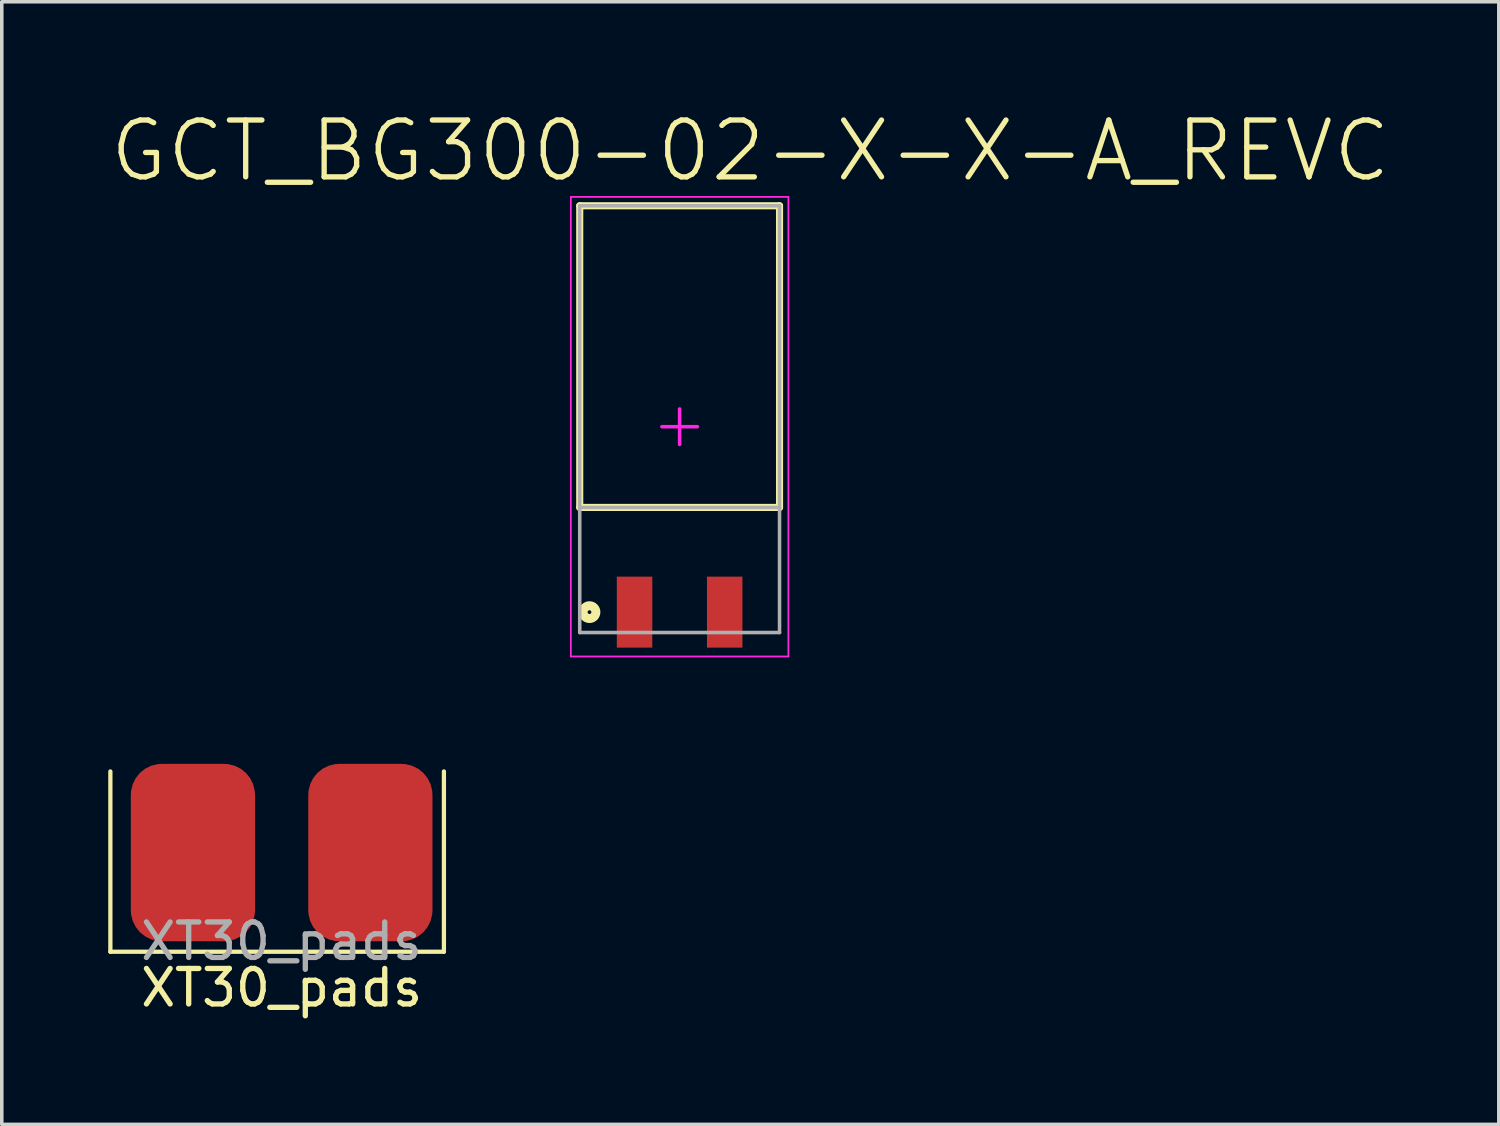
<source format=kicad_pcb>
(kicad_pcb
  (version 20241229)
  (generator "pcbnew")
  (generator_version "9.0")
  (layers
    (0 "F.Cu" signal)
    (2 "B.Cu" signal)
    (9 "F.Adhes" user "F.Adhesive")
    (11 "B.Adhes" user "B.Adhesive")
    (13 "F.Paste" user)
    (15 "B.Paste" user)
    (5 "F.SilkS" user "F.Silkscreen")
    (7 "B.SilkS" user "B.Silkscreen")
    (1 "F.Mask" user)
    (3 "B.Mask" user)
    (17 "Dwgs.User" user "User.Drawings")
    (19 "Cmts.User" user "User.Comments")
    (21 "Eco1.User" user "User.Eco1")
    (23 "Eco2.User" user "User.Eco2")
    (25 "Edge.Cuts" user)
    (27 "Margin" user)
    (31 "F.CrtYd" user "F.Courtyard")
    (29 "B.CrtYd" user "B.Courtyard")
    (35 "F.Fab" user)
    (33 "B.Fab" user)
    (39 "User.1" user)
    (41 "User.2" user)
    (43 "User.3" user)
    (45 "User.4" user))
  (footprint "GCT_BG300-02-X-X-A_REVC"
    (layer "F.Cu")
    (at 16.1 8.973)
    (property "Reference" "GCT_BG300-02-X-X-A_REVC" (at 1.991 -7.773 0) (layer "F.SilkS") (effects (font (size 1.601 1.601) (thickness 0.15))))
    (attr smd)
    (fp_line (start -2.815 -6.225) (end 2.815 -6.225) (stroke (width 0.2) (type solid)) (layer "F.SilkS"))
    (fp_line (start -2.815 2.275) (end -2.815 -6.225) (stroke (width 0.2) (type solid)) (layer "F.SilkS"))
    (fp_line (start -2.815 2.275) (end 2.815 2.275) (stroke (width 0.2) (type solid)) (layer "F.SilkS"))
    (fp_line (start 2.815 2.275) (end 2.815 -6.225) (stroke (width 0.2) (type solid)) (layer "F.SilkS"))
    (fp_circle (center -2.54 5.225) (end -2.36 5.225) (stroke (width 0.254) (type solid)) (fill no) (layer "F.SilkS"))
    (fp_line (start -3.065 -6.475) (end 3.065 -6.475) (stroke (width 0.05) (type solid)) (layer "F.CrtYd"))
    (fp_line (start -3.065 6.475) (end -3.065 -6.475) (stroke (width 0.05) (type solid)) (layer "F.CrtYd"))
    (fp_line (start -3.065 6.475) (end 3.065 6.475) (stroke (width 0.05) (type solid)) (layer "F.CrtYd"))
    (fp_line (start -0.5 0) (end 0.5 0) (stroke (width 0.1) (type solid)) (layer "F.CrtYd"))
    (fp_line (start 0 0.5) (end 0 -0.5) (stroke (width 0.1) (type solid)) (layer "F.CrtYd"))
    (fp_line (start 3.065 6.475) (end 3.065 -6.475) (stroke (width 0.05) (type solid)) (layer "F.CrtYd"))
    (fp_line (start -2.815 -6.225) (end 2.815 -6.225) (stroke (width 0.1) (type solid)) (layer "F.Fab"))
    (fp_line (start -2.815 2.275) (end -2.815 -6.225) (stroke (width 0.1) (type solid)) (layer "F.Fab"))
    (fp_line (start -2.815 2.275) (end 2.815 2.275) (stroke (width 0.1) (type solid)) (layer "F.Fab"))
    (fp_line (start -2.815 5.8) (end -2.815 2.275) (stroke (width 0.1) (type solid)) (layer "F.Fab"))
    (fp_line (start -2.815 5.8) (end 2.815 5.8) (stroke (width 0.1) (type solid)) (layer "F.Fab"))
    (fp_line (start 2.815 5.8) (end 2.815 -6.225) (stroke (width 0.1) (type solid)) (layer "F.Fab"))
    (pad "1" smd rect (at -1.27 5.225) (size 1 2) (layers "F.Cu" "F.Mask" "F.Paste"))
    (pad "2" smd rect (at 1.27 5.225) (size 1 2) (layers "F.Cu" "F.Mask" "F.Paste")))
  (footprint "XT30_pads"
    (layer "F.Cu")
    (at 4.886 20.973)
    (property "Reference" "XT30_pads" (at 0 3.81 0) (unlocked yes) (layer "F.SilkS") (effects (font (size 1 1) (thickness 0.15))))
    (attr smd)
    (fp_line (start -4.826 -2.286) (end -4.826 2.794) (stroke (width 0.12) (type solid)) (layer "F.SilkS"))
    (fp_line (start -4.826 2.794) (end 4.572 2.794) (stroke (width 0.12) (type solid)) (layer "F.SilkS"))
    (fp_line (start 4.572 2.794) (end 4.572 -2.286) (stroke (width 0.12) (type solid)) (layer "F.SilkS"))
    (fp_text user "${REFERENCE}" (at 0 2.5 0) (unlocked yes) (layer "F.Fab") (effects (font (size 1 1) (thickness 0.15))))
    (pad "1" smd roundrect (at -2.5 0) (size 3.5 5) (layers "F.Cu" "F.Mask" "F.Paste") (roundrect_rratio 0.25))
    (pad "2" smd roundrect (at 2.5 0) (size 3.5 5) (layers "F.Cu" "F.Mask" "F.Paste") (roundrect_rratio 0.25)))
  (gr_rect
    (start -3 -3)
    (end 39.182 28.631)
    (stroke (width 0.1) (type default))
    (fill no)
    (layer "Edge.Cuts")))
</source>
